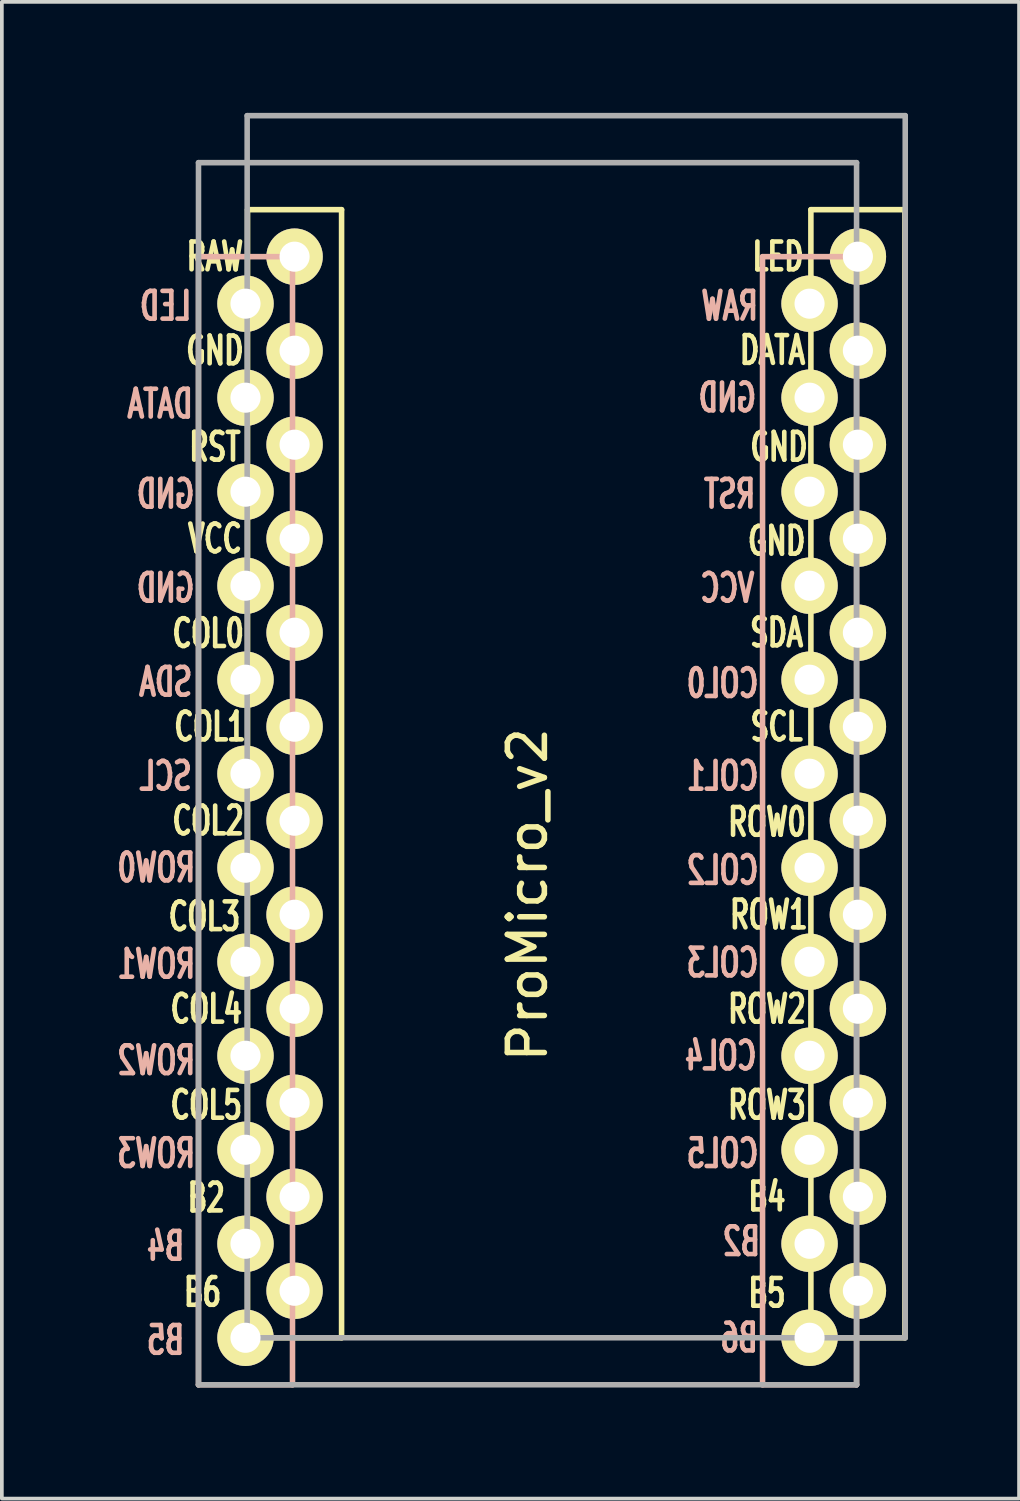
<source format=kicad_pcb>
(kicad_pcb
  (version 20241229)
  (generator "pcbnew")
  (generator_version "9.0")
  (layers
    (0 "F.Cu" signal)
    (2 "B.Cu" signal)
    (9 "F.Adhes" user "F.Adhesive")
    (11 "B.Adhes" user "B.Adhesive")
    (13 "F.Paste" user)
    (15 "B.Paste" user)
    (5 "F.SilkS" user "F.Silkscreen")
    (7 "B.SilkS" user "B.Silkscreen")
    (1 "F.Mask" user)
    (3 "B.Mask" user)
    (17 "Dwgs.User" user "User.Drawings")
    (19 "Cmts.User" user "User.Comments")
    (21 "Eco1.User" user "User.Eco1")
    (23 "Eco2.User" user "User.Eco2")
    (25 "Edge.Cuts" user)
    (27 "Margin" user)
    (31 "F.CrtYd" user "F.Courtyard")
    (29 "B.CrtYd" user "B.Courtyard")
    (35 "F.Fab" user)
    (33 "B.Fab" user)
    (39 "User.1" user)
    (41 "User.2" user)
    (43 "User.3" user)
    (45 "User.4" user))
  (footprint "ProMicro_v2"
    (layer "F.Cu")
    (at 12.473 18.363)
    (property "Reference" "ProMicro_v2" (at -1.27 2.762 270) (layer "F.SilkS") (effects (font (size 1 1) (thickness 0.15))))
    (attr through_hole)
    (fp_line (start -8.834 -15.748) (end -6.294 -15.748) (stroke (width 0.15) (type solid)) (layer "F.SilkS"))
    (fp_line (start -8.834 14.732) (end -8.834 -15.748) (stroke (width 0.15) (type solid)) (layer "F.SilkS"))
    (fp_line (start -6.294 -15.748) (end -6.294 14.732) (stroke (width 0.15) (type solid)) (layer "F.SilkS"))
    (fp_line (start -6.294 14.732) (end -8.834 14.732) (stroke (width 0.15) (type solid)) (layer "F.SilkS"))
    (fp_line (start 6.386 -15.748) (end 8.926 -15.748) (stroke (width 0.15) (type solid)) (layer "F.SilkS"))
    (fp_line (start 6.386 14.732) (end 6.386 -15.748) (stroke (width 0.15) (type solid)) (layer "F.SilkS"))
    (fp_line (start 8.926 -15.748) (end 8.926 14.732) (stroke (width 0.15) (type solid)) (layer "F.SilkS"))
    (fp_line (start 8.926 14.732) (end 6.386 14.732) (stroke (width 0.15) (type solid)) (layer "F.SilkS"))
    (fp_line (start -10.16 -14.478) (end -7.62 -14.478) (stroke (width 0.15) (type solid)) (layer "B.SilkS"))
    (fp_line (start -10.16 16.002) (end -10.16 -14.478) (stroke (width 0.15) (type solid)) (layer "B.SilkS"))
    (fp_line (start -7.62 -14.478) (end -7.62 16.002) (stroke (width 0.15) (type solid)) (layer "B.SilkS"))
    (fp_line (start -7.62 16.002) (end -10.16 16.002) (stroke (width 0.15) (type solid)) (layer "B.SilkS"))
    (fp_line (start 5.08 -14.478) (end 7.62 -14.478) (stroke (width 0.15) (type solid)) (layer "B.SilkS"))
    (fp_line (start 5.08 16.002) (end 5.08 -14.478) (stroke (width 0.15) (type solid)) (layer "B.SilkS"))
    (fp_line (start 7.62 -14.478) (end 7.62 16.002) (stroke (width 0.15) (type solid)) (layer "B.SilkS"))
    (fp_line (start 7.62 16.002) (end 5.08 16.002) (stroke (width 0.15) (type solid)) (layer "B.SilkS"))
    (fp_line (start -10.16 -17.018) (end 7.62 -17.018) (stroke (width 0.15) (type solid)) (layer "F.Fab"))
    (fp_line (start -10.16 16.002) (end -10.16 -17.018) (stroke (width 0.15) (type solid)) (layer "F.Fab"))
    (fp_line (start -8.845 -18.288) (end 8.935 -18.288) (stroke (width 0.15) (type solid)) (layer "F.Fab"))
    (fp_line (start -8.845 14.732) (end -8.845 -18.288) (stroke (width 0.15) (type solid)) (layer "F.Fab"))
    (fp_line (start 7.62 -17.018) (end 7.62 16.002) (stroke (width 0.15) (type solid)) (layer "F.Fab"))
    (fp_line (start 7.62 16.002) (end -10.16 16.002) (stroke (width 0.15) (type solid)) (layer "F.Fab"))
    (fp_line (start 8.935 -18.288) (end 8.935 14.732) (stroke (width 0.15) (type solid)) (layer "F.Fab"))
    (fp_line (start 8.935 14.732) (end -8.845 14.732) (stroke (width 0.15) (type solid)) (layer "F.Fab"))
    (fp_text user "SCL" (at 5.461 -1.778 0) (layer "F.SilkS") (effects (font (size 0.75 0.5) (thickness 0.125))))
    (fp_text user "GND" (at -9.716 -11.938 0) (layer "F.SilkS") (effects (font (size 0.75 0.5) (thickness 0.125))))
    (fp_text user "COL3" (at -10 3.35 0) (layer "F.SilkS") (effects (font (size 0.75 0.5) (thickness 0.125))))
    (fp_text user "ROW1" (at 5.25 3.302 0) (layer "F.SilkS") (effects (font (size 0.75 0.5) (thickness 0.125))))
    (fp_text user "ROW0" (at 5.2 0.8 0) (layer "F.SilkS") (effects (font (size 0.75 0.5) (thickness 0.125))))
    (fp_text user "COL1" (at -9.85 -1.778 0) (layer "F.SilkS") (effects (font (size 0.75 0.5) (thickness 0.125))))
    (fp_text user "ROW3" (at 5.2 8.445 0) (layer "F.SilkS") (effects (font (size 0.75 0.5) (thickness 0.125))))
    (fp_text user "COL0" (at -9.9 -4.3 0) (layer "F.SilkS") (effects (font (size 0.75 0.5) (thickness 0.125))))
    (fp_text user "VCC" (at -9.716 -6.858 0) (layer "F.SilkS") (effects (font (size 0.75 0.5) (thickness 0.125))))
    (fp_text user "COL2" (at -9.9 0.762 0) (layer "F.SilkS") (effects (font (size 0.75 0.5) (thickness 0.125))))
    (fp_text user "SDA" (at 5.461 -4.318 0) (layer "F.SilkS") (effects (font (size 0.75 0.5) (thickness 0.125))))
    (fp_text user "" (at -0.5 -17.25 0) (layer "F.SilkS") (effects (font (size 1 1) (thickness 0.15))))
    (fp_text user "LED" (at 5.5 -14.478 0) (layer "F.SilkS") (effects (font (size 0.75 0.5) (thickness 0.125))))
    (fp_text user "GND" (at 5.461 -6.795 0) (layer "F.SilkS") (effects (font (size 0.75 0.5) (thickness 0.125))))
    (fp_text user "RST" (at -9.716 -9.335 0) (layer "F.SilkS") (effects (font (size 0.75 0.5) (thickness 0.125))))
    (fp_text user "GND" (at 5.524 -9.335 0) (layer "F.SilkS") (effects (font (size 0.75 0.5) (thickness 0.125))))
    (fp_text user "B4" (at 5.2 10.922 0) (layer "F.SilkS") (effects (font (size 0.75 0.5) (thickness 0.125))))
    (fp_text user "DATA" (at 5.35 -11.95 0) (layer "F.SilkS") (effects (font (size 0.75 0.5) (thickness 0.125))))
    (fp_text user "RAW" (at -9.716 -14.478 0) (layer "F.SilkS") (effects (font (size 0.75 0.5) (thickness 0.125))))
    (fp_text user "B2" (at -9.95 10.95 0) (layer "F.SilkS") (effects (font (size 0.75 0.5) (thickness 0.125))))
    (fp_text user "B5" (at 5.2 13.525 0) (layer "F.SilkS") (effects (font (size 0.75 0.5) (thickness 0.125))))
    (fp_text user "COL4" (at -9.95 5.85 0) (layer "F.SilkS") (effects (font (size 0.75 0.5) (thickness 0.125))))
    (fp_text user "B6" (at -10.05 13.5 0) (layer "F.SilkS") (effects (font (size 0.75 0.5) (thickness 0.125))))
    (fp_text user "ROW2" (at 5.2 5.85 0) (layer "F.SilkS") (effects (font (size 0.75 0.5) (thickness 0.125))))
    (fp_text user "COL5" (at -9.95 8.445 0) (layer "F.SilkS") (effects (font (size 0.75 0.5) (thickness 0.125))))
    (fp_text user "GND" (at 4.128 -10.668 0) (layer "B.SilkS") (effects (font (size 0.75 0.5) (thickness 0.125)) (justify mirror)))
    (fp_text user "ROW1" (at -11.3 4.636 0) (layer "B.SilkS") (effects (font (size 0.75 0.5) (thickness 0.125)) (justify mirror)))
    (fp_text user "COL2" (at 4 2.1 0) (layer "B.SilkS") (effects (font (size 0.75 0.5) (thickness 0.125)) (justify mirror)))
    (fp_text user "VCC" (at 4.128 -5.524 0) (layer "B.SilkS") (effects (font (size 0.75 0.5) (thickness 0.125)) (justify mirror)))
    (fp_text user "SCL" (at -11.049 -0.445 0) (layer "B.SilkS") (effects (font (size 0.75 0.5) (thickness 0.125)) (justify mirror)))
    (fp_text user "B5" (at -11.049 14.796 0) (layer "B.SilkS") (effects (font (size 0.75 0.5) (thickness 0.125)) (justify mirror)))
    (fp_text user "COL1" (at 4 -0.445 0) (layer "B.SilkS") (effects (font (size 0.75 0.5) (thickness 0.125)) (justify mirror)))
    (fp_text user "RAW" (at 4.191 -13.145 0) (layer "B.SilkS") (effects (font (size 0.75 0.5) (thickness 0.125)) (justify mirror)))
    (fp_text user "SDA" (at -11.049 -2.985 0) (layer "B.SilkS") (effects (font (size 0.75 0.5) (thickness 0.125)) (justify mirror)))
    (fp_text user "ROW2" (at -11.3 7.239 0) (layer "B.SilkS") (effects (font (size 0.75 0.5) (thickness 0.125)) (justify mirror)))
    (fp_text user "COL0" (at 4 -2.95 0) (layer "B.SilkS") (effects (font (size 0.75 0.5) (thickness 0.125)) (justify mirror)))
    (fp_text user "ROW3" (at -11.3 9.75 0) (layer "B.SilkS") (effects (font (size 0.75 0.5) (thickness 0.125)) (justify mirror)))
    (fp_text user "" (at -1.206 -16.256 0) (layer "B.SilkS") (effects (font (size 1 1) (thickness 0.15)) (justify mirror)))
    (fp_text user "COL3" (at 4 4.6 0) (layer "B.SilkS") (effects (font (size 0.75 0.5) (thickness 0.125)) (justify mirror)))
    (fp_text user "DATA" (at -11.2 -10.5 0) (layer "B.SilkS") (effects (font (size 0.75 0.5) (thickness 0.125)) (justify mirror)))
    (fp_text user "B4" (at -11.049 12.255 0) (layer "B.SilkS") (effects (font (size 0.75 0.5) (thickness 0.125)) (justify mirror)))
    (fp_text user "GND" (at -11.049 -5.524 0) (layer "B.SilkS") (effects (font (size 0.75 0.5) (thickness 0.125)) (justify mirror)))
    (fp_text user "LED" (at -11.049 -13.145 0) (layer "B.SilkS") (effects (font (size 0.75 0.5) (thickness 0.125)) (justify mirror)))
    (fp_text user "B2" (at 4.508 12.129 0) (layer "B.SilkS") (effects (font (size 0.75 0.5) (thickness 0.125)) (justify mirror)))
    (fp_text user "ROW0" (at -11.3 2.032 0) (layer "B.SilkS") (effects (font (size 0.75 0.5) (thickness 0.125)) (justify mirror)))
    (fp_text user "COL5" (at 4 9.75 0) (layer "B.SilkS") (effects (font (size 0.75 0.5) (thickness 0.125)) (justify mirror)))
    (fp_text user "COL4" (at 3.95 7.112 0) (layer "B.SilkS") (effects (font (size 0.75 0.5) (thickness 0.125)) (justify mirror)))
    (fp_text user "B6" (at 4.445 14.732 0) (layer "B.SilkS") (effects (font (size 0.75 0.5) (thickness 0.125)) (justify mirror)))
    (fp_text user "RST" (at 4.191 -8.065 0) (layer "B.SilkS") (effects (font (size 0.75 0.5) (thickness 0.125)) (justify mirror)))
    (fp_text user "GND" (at -11.049 -8.065 0) (layer "B.SilkS") (effects (font (size 0.75 0.5) (thickness 0.125)) (justify mirror)))
    (pad "1" thru_hole circle (at -8.89 -13.208) (size 1.524 1.524) (drill 0.813) (layers "*.Cu" "*.Mask" "F.SilkS"))
    (pad "1" thru_hole circle (at 7.656 -14.478) (size 1.524 1.524) (drill 0.813) (layers "*.Cu" "*.Mask" "F.SilkS"))
    (pad "2" thru_hole circle (at -8.89 -10.668) (size 1.524 1.524) (drill 0.813) (layers "*.Cu" "*.Mask" "F.SilkS"))
    (pad "2" thru_hole circle (at 7.656 -11.938) (size 1.524 1.524) (drill 0.813) (layers "*.Cu" "*.Mask" "F.SilkS"))
    (pad "3" thru_hole circle (at -8.89 -8.128) (size 1.524 1.524) (drill 0.813) (layers "*.Cu" "*.Mask" "F.SilkS"))
    (pad "3" thru_hole circle (at 7.656 -9.398) (size 1.524 1.524) (drill 0.813) (layers "*.Cu" "*.Mask" "F.SilkS"))
    (pad "4" thru_hole circle (at -8.89 -5.588) (size 1.524 1.524) (drill 0.813) (layers "*.Cu" "*.Mask" "F.SilkS"))
    (pad "4" thru_hole circle (at 7.656 -6.858) (size 1.524 1.524) (drill 0.813) (layers "*.Cu" "*.Mask" "F.SilkS"))
    (pad "5" thru_hole circle (at -8.89 -3.048) (size 1.524 1.524) (drill 0.813) (layers "*.Cu" "*.Mask" "F.SilkS"))
    (pad "5" thru_hole circle (at 7.656 -4.318) (size 1.524 1.524) (drill 0.813) (layers "*.Cu" "*.Mask" "F.SilkS"))
    (pad "6" thru_hole circle (at -8.89 -0.508) (size 1.524 1.524) (drill 0.813) (layers "*.Cu" "*.Mask" "F.SilkS"))
    (pad "6" thru_hole circle (at 7.656 -1.778) (size 1.524 1.524) (drill 0.813) (layers "*.Cu" "*.Mask" "F.SilkS"))
    (pad "7" thru_hole circle (at -8.89 2.032) (size 1.524 1.524) (drill 0.813) (layers "*.Cu" "*.Mask" "F.SilkS"))
    (pad "7" thru_hole circle (at 7.656 0.762) (size 1.524 1.524) (drill 0.813) (layers "*.Cu" "*.Mask" "F.SilkS"))
    (pad "8" thru_hole circle (at -8.89 4.572) (size 1.524 1.524) (drill 0.813) (layers "*.Cu" "*.Mask" "F.SilkS"))
    (pad "8" thru_hole circle (at 7.656 3.302) (size 1.524 1.524) (drill 0.813) (layers "*.Cu" "*.Mask" "F.SilkS"))
    (pad "9" thru_hole circle (at -8.89 7.112) (size 1.524 1.524) (drill 0.813) (layers "*.Cu" "*.Mask" "F.SilkS"))
    (pad "9" thru_hole circle (at 7.656 5.842) (size 1.524 1.524) (drill 0.813) (layers "*.Cu" "*.Mask" "F.SilkS"))
    (pad "10" thru_hole circle (at -8.89 9.652) (size 1.524 1.524) (drill 0.813) (layers "*.Cu" "*.Mask" "F.SilkS"))
    (pad "10" thru_hole circle (at 7.656 8.382) (size 1.524 1.524) (drill 0.813) (layers "*.Cu" "*.Mask" "F.SilkS"))
    (pad "11" thru_hole circle (at -8.89 12.192) (size 1.524 1.524) (drill 0.813) (layers "*.Cu" "*.Mask" "F.SilkS"))
    (pad "11" thru_hole circle (at 7.656 10.922) (size 1.524 1.524) (drill 0.813) (layers "*.Cu" "*.Mask" "F.SilkS"))
    (pad "12" thru_hole circle (at -8.89 14.732) (size 1.524 1.524) (drill 0.813) (layers "*.Cu" "*.Mask" "F.SilkS"))
    (pad "12" thru_hole circle (at 7.656 13.462) (size 1.524 1.524) (drill 0.813) (layers "*.Cu" "*.Mask" "F.SilkS"))
    (pad "13" thru_hole circle (at -7.564 13.462) (size 1.524 1.524) (drill 0.813) (layers "*.Cu" "*.Mask" "F.SilkS"))
    (pad "13" thru_hole circle (at 6.35 14.732) (size 1.524 1.524) (drill 0.813) (layers "*.Cu" "*.Mask" "F.SilkS"))
    (pad "14" thru_hole circle (at -7.564 10.922) (size 1.524 1.524) (drill 0.813) (layers "*.Cu" "*.Mask" "F.SilkS"))
    (pad "14" thru_hole circle (at 6.35 12.192) (size 1.524 1.524) (drill 0.813) (layers "*.Cu" "*.Mask" "F.SilkS"))
    (pad "15" thru_hole circle (at -7.564 8.382) (size 1.524 1.524) (drill 0.813) (layers "*.Cu" "*.Mask" "F.SilkS"))
    (pad "15" thru_hole circle (at 6.35 9.652) (size 1.524 1.524) (drill 0.813) (layers "*.Cu" "*.Mask" "F.SilkS"))
    (pad "16" thru_hole circle (at -7.564 5.842) (size 1.524 1.524) (drill 0.813) (layers "*.Cu" "*.Mask" "F.SilkS"))
    (pad "16" thru_hole circle (at 6.35 7.112) (size 1.524 1.524) (drill 0.813) (layers "*.Cu" "*.Mask" "F.SilkS"))
    (pad "17" thru_hole circle (at -7.564 3.302) (size 1.524 1.524) (drill 0.813) (layers "*.Cu" "*.Mask" "F.SilkS"))
    (pad "17" thru_hole circle (at 6.35 4.572) (size 1.524 1.524) (drill 0.813) (layers "*.Cu" "*.Mask" "F.SilkS"))
    (pad "18" thru_hole circle (at -7.564 0.762) (size 1.524 1.524) (drill 0.813) (layers "*.Cu" "*.Mask" "F.SilkS"))
    (pad "18" thru_hole circle (at 6.35 2.032) (size 1.524 1.524) (drill 0.813) (layers "*.Cu" "*.Mask" "F.SilkS"))
    (pad "19" thru_hole circle (at -7.564 -1.778) (size 1.524 1.524) (drill 0.813) (layers "*.Cu" "*.Mask" "F.SilkS"))
    (pad "19" thru_hole circle (at 6.35 -0.508) (size 1.524 1.524) (drill 0.813) (layers "*.Cu" "*.Mask" "F.SilkS"))
    (pad "20" thru_hole circle (at -7.564 -4.318) (size 1.524 1.524) (drill 0.813) (layers "*.Cu" "*.Mask" "F.SilkS"))
    (pad "20" thru_hole circle (at 6.35 -3.048) (size 1.524 1.524) (drill 0.813) (layers "*.Cu" "*.Mask" "F.SilkS"))
    (pad "21" thru_hole circle (at -7.564 -6.858) (size 1.524 1.524) (drill 0.813) (layers "*.Cu" "*.Mask" "F.SilkS"))
    (pad "21" thru_hole circle (at 6.35 -5.588) (size 1.524 1.524) (drill 0.813) (layers "*.Cu" "*.Mask" "F.SilkS"))
    (pad "22" thru_hole circle (at -7.564 -9.398) (size 1.524 1.524) (drill 0.813) (layers "*.Cu" "*.Mask" "F.SilkS"))
    (pad "22" thru_hole circle (at 6.35 -8.128) (size 1.524 1.524) (drill 0.813) (layers "*.Cu" "*.Mask" "F.SilkS"))
    (pad "23" thru_hole circle (at -7.564 -11.938) (size 1.524 1.524) (drill 0.813) (layers "*.Cu" "*.Mask" "F.SilkS"))
    (pad "23" thru_hole circle (at 6.35 -10.668) (size 1.524 1.524) (drill 0.813) (layers "*.Cu" "*.Mask" "F.SilkS"))
    (pad "24" thru_hole circle (at -7.564 -14.478) (size 1.524 1.524) (drill 0.813) (layers "*.Cu" "*.Mask" "F.SilkS"))
    (pad "24" thru_hole circle (at 6.35 -13.208) (size 1.524 1.524) (drill 0.813) (layers "*.Cu" "*.Mask" "F.SilkS")))
  (gr_rect
    (start -3 -3)
    (end 24.483 37.44)
    (stroke (width 0.1) (type default))
    (fill no)
    (layer "Edge.Cuts")))
</source>
